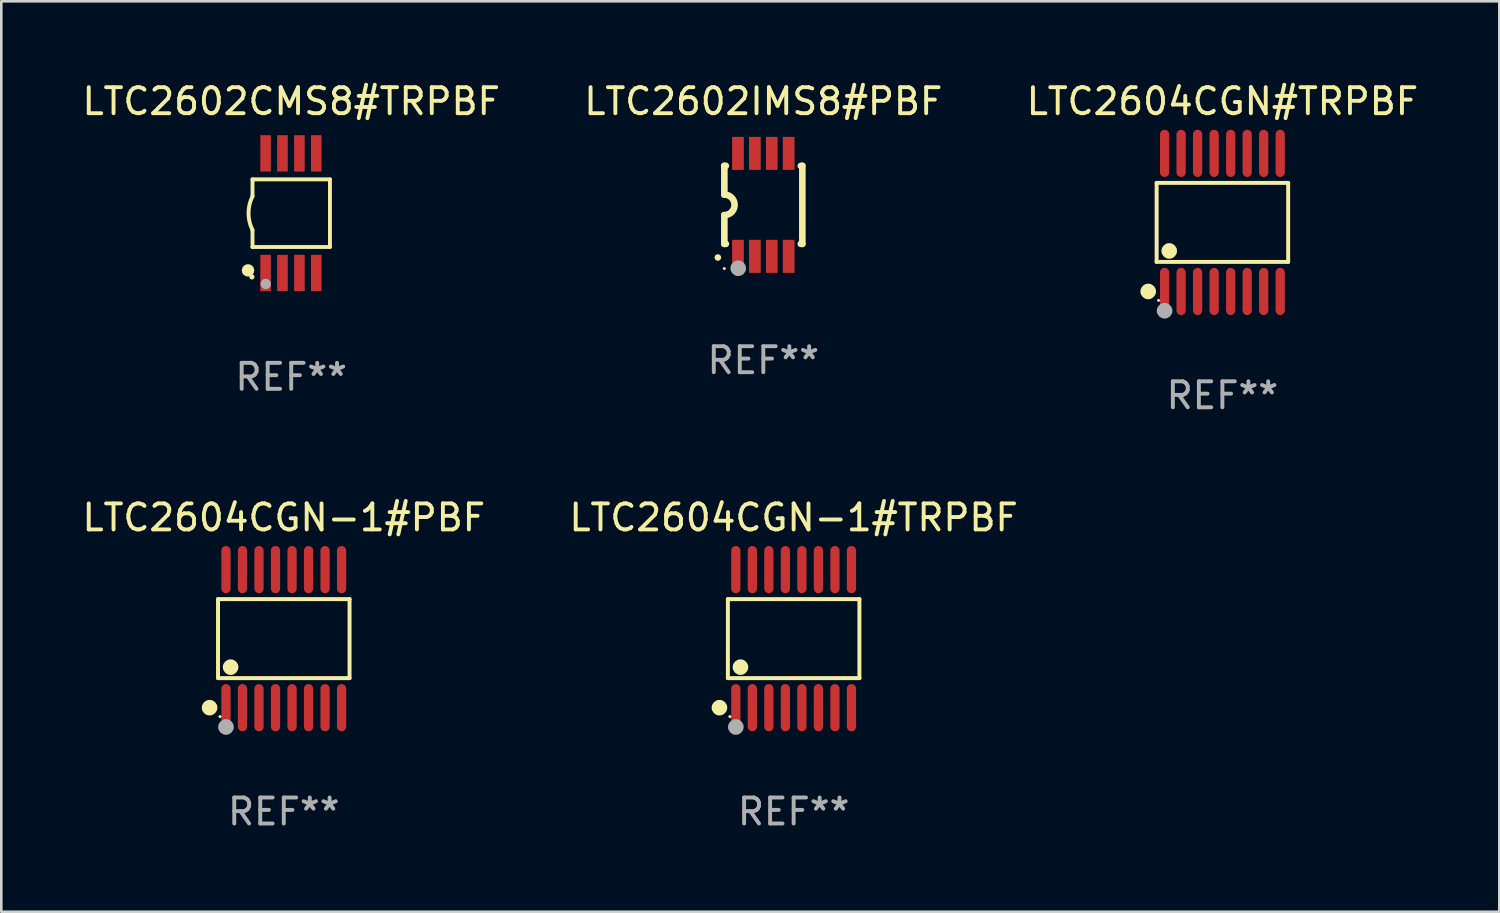
<source format=kicad_pcb>
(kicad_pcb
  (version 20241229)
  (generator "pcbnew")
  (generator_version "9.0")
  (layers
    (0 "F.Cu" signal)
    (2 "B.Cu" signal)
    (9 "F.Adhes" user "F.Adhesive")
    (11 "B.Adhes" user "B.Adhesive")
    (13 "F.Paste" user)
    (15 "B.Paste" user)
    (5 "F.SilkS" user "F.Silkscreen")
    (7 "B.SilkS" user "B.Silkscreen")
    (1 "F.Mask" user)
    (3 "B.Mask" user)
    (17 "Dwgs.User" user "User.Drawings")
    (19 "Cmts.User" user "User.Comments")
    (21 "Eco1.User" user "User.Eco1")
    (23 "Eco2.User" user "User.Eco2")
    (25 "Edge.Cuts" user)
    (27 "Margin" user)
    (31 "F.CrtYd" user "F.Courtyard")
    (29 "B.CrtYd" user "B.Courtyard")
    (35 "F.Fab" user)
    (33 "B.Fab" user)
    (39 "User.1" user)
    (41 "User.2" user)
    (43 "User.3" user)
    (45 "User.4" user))
  (footprint "LTC2604CGN-1#TRPBF"
    (layer "F.Cu")
    (at 27.47 21.509)
    (property "Reference" "LTC2604CGN-1#TRPBF" (at 0 -4.655 0) (layer "F.SilkS") (effects (font (size 1 1) (thickness 0.15))))
    (attr through_hole)
    (fp_line (start -2.529 -1.519) (end 2.529 -1.519) (stroke (width 0.152) (type solid)) (layer "F.SilkS"))
    (fp_line (start -2.529 1.519) (end -2.529 -1.519) (stroke (width 0.152) (type solid)) (layer "F.SilkS"))
    (fp_line (start 2.529 -1.519) (end 2.529 1.519) (stroke (width 0.152) (type solid)) (layer "F.SilkS"))
    (fp_line (start 2.529 1.519) (end -2.529 1.519) (stroke (width 0.152) (type solid)) (layer "F.SilkS"))
    (fp_circle (center -2.853 2.655) (end -2.703 2.655) (stroke (width 0.3) (type solid)) (fill no) (layer "F.SilkS"))
    (fp_circle (center -2.453 2.998) (end -2.423 2.998) (stroke (width 0.06) (type solid)) (fill no) (layer "F.SilkS"))
    (fp_circle (center -2.045 1.097) (end -1.895 1.097) (stroke (width 0.3) (type solid)) (fill no) (layer "F.SilkS"))
    (fp_circle (center -2.223 3.398) (end -2.072 3.398) (stroke (width 0.3) (type solid)) (fill no) (layer "F.Fab"))
    (fp_text user "REF**" (at 0 6.655 0) (layer "F.Fab") (effects (font (size 1 1) (thickness 0.15))))
    (pad "1" smd oval (at -2.223 2.655) (size 0.356 1.815) (layers "F.Cu" "F.Mask" "F.Paste"))
    (pad "2" smd oval (at -1.588 2.655) (size 0.356 1.815) (layers "F.Cu" "F.Mask" "F.Paste"))
    (pad "3" smd oval (at -0.953 2.655) (size 0.356 1.815) (layers "F.Cu" "F.Mask" "F.Paste"))
    (pad "4" smd oval (at -0.318 2.655) (size 0.356 1.815) (layers "F.Cu" "F.Mask" "F.Paste"))
    (pad "5" smd oval (at 0.318 2.655) (size 0.356 1.815) (layers "F.Cu" "F.Mask" "F.Paste"))
    (pad "6" smd oval (at 0.953 2.655) (size 0.356 1.815) (layers "F.Cu" "F.Mask" "F.Paste"))
    (pad "7" smd oval (at 1.588 2.655) (size 0.356 1.815) (layers "F.Cu" "F.Mask" "F.Paste"))
    (pad "8" smd oval (at 2.223 2.655) (size 0.356 1.815) (layers "F.Cu" "F.Mask" "F.Paste"))
    (pad "9" smd oval (at 2.223 -2.655) (size 0.356 1.815) (layers "F.Cu" "F.Mask" "F.Paste"))
    (pad "10" smd oval (at 1.588 -2.655) (size 0.356 1.815) (layers "F.Cu" "F.Mask" "F.Paste"))
    (pad "11" smd oval (at 0.953 -2.655) (size 0.356 1.815) (layers "F.Cu" "F.Mask" "F.Paste"))
    (pad "12" smd oval (at 0.318 -2.655) (size 0.356 1.815) (layers "F.Cu" "F.Mask" "F.Paste"))
    (pad "13" smd oval (at -0.318 -2.655) (size 0.356 1.815) (layers "F.Cu" "F.Mask" "F.Paste"))
    (pad "14" smd oval (at -0.953 -2.655) (size 0.356 1.815) (layers "F.Cu" "F.Mask" "F.Paste"))
    (pad "15" smd oval (at -1.588 -2.655) (size 0.356 1.815) (layers "F.Cu" "F.Mask" "F.Paste"))
    (pad "16" smd oval (at -2.223 -2.655) (size 0.356 1.815) (layers "F.Cu" "F.Mask" "F.Paste")))
  (footprint "LTC2602IMS8#PBF"
    (layer "F.Cu")
    (at 26.304 4.828)
    (property "Reference" "LTC2602IMS8#PBF" (at 0 -3.98 0) (layer "F.SilkS") (effects (font (size 1 1) (thickness 0.15))))
    (attr through_hole)
    (fp_line (start -1.5 -1.5) (end -1.441 -1.5) (stroke (width 0.254) (type solid)) (layer "F.SilkS"))
    (fp_line (start -1.5 1.5) (end -1.441 1.5) (stroke (width 0.254) (type solid)) (layer "F.SilkS"))
    (fp_line (start -1.499 -0.394) (end -1.499 -1.5) (stroke (width 0.254) (type solid)) (layer "F.SilkS"))
    (fp_line (start -1.499 0.394) (end -1.499 1.5) (stroke (width 0.254) (type solid)) (layer "F.SilkS"))
    (fp_line (start 1.441 -1.5) (end 1.5 -1.5) (stroke (width 0.254) (type solid)) (layer "F.SilkS"))
    (fp_line (start 1.441 1.5) (end 1.5 1.5) (stroke (width 0.254) (type solid)) (layer "F.SilkS"))
    (fp_line (start 1.5 -1.5) (end 1.5 1.5) (stroke (width 0.254) (type solid)) (layer "F.SilkS"))
    (fp_arc (start -1.750064 2.024384) (mid -1.748794 2.024378) (end -1.747524 2.024384) (stroke (width 0.24892) (type solid)) (layer "F.SilkS"))
    (fp_arc (start -1.498603 -0.393701) (mid -1.104902 0) (end -1.498603 0.393701) (stroke (width 0.254001) (type solid)) (layer "F.SilkS"))
    (fp_circle (center -1.5 2.45) (end -1.47 2.45) (stroke (width 0.06) (type solid)) (fill no) (layer "F.SilkS"))
    (fp_circle (center -0.965 2.438) (end -0.815 2.438) (stroke (width 0.3) (type solid)) (fill no) (layer "F.Fab"))
    (fp_text user "REF**" (at 0 5.98 0) (layer "F.Fab") (effects (font (size 1 1) (thickness 0.15))))
    (pad "1" smd rect (at -0.975 1.98 180) (size 0.45 1.27) (layers "F.Cu" "F.Mask" "F.Paste"))
    (pad "2" smd rect (at -0.325 1.98 180) (size 0.45 1.27) (layers "F.Cu" "F.Mask" "F.Paste"))
    (pad "3" smd rect (at 0.325 1.98 180) (size 0.45 1.27) (layers "F.Cu" "F.Mask" "F.Paste"))
    (pad "4" smd rect (at 0.975 1.98 180) (size 0.45 1.27) (layers "F.Cu" "F.Mask" "F.Paste"))
    (pad "5" smd rect (at 0.975 -1.98 180) (size 0.45 1.27) (layers "F.Cu" "F.Mask" "F.Paste"))
    (pad "6" smd rect (at 0.325 -1.98 180) (size 0.45 1.27) (layers "F.Cu" "F.Mask" "F.Paste"))
    (pad "7" smd rect (at -0.325 -1.98 180) (size 0.45 1.27) (layers "F.Cu" "F.Mask" "F.Paste"))
    (pad "8" smd rect (at -0.975 -1.98 180) (size 0.45 1.27) (layers "F.Cu" "F.Mask" "F.Paste")))
  (footprint "LTC2602CMS8#TRPBF"
    (layer "F.Cu")
    (at 8.149 5.148)
    (property "Reference" "LTC2602CMS8#TRPBF" (at 0 -4.3 0) (layer "F.SilkS") (effects (font (size 1 1) (thickness 0.15))))
    (attr through_hole)
    (fp_line (start -1.489 -1.3) (end -1.489 -0.648) (stroke (width 0.15) (type solid)) (layer "F.SilkS"))
    (fp_line (start -1.489 0.648) (end -1.489 1.3) (stroke (width 0.15) (type solid)) (layer "F.SilkS"))
    (fp_line (start -1.489 1.3) (end 1.489 1.3) (stroke (width 0.15) (type solid)) (layer "F.SilkS"))
    (fp_line (start 1.489 -1.3) (end -1.489 -1.3) (stroke (width 0.15) (type solid)) (layer "F.SilkS"))
    (fp_line (start 1.489 1.3) (end 1.489 -1.3) (stroke (width 0.15) (type solid)) (layer "F.SilkS"))
    (fp_arc (start -1.489205 0.647702) (mid -1.642107 0) (end -1.489205 -0.647701) (stroke (width 0.150013) (type solid)) (layer "F.SilkS"))
    (fp_circle (center -1.661 2.2) (end -1.541 2.2) (stroke (width 0.24) (type solid)) (fill no) (layer "F.SilkS"))
    (fp_circle (center -1.511 2.45) (end -1.461 2.45) (stroke (width 0.1) (type solid)) (fill no) (layer "F.SilkS"))
    (fp_circle (center -0.981 2.72) (end -0.881 2.72) (stroke (width 0.2) (type solid)) (fill no) (layer "F.Fab"))
    (fp_text user "REF**" (at 0 6.3 0) (layer "F.Fab") (effects (font (size 1 1) (thickness 0.15))))
    (pad "1" smd rect (at -0.986 2.3) (size 0.406 1.397) (layers "F.Cu" "F.Mask" "F.Paste"))
    (pad "2" smd rect (at -0.336 2.3) (size 0.406 1.397) (layers "F.Cu" "F.Mask" "F.Paste"))
    (pad "3" smd rect (at 0.314 2.3) (size 0.406 1.397) (layers "F.Cu" "F.Mask" "F.Paste"))
    (pad "4" smd rect (at 0.964 2.3) (size 0.406 1.397) (layers "F.Cu" "F.Mask" "F.Paste"))
    (pad "5" smd rect (at 0.964 -2.3) (size 0.406 1.397) (layers "F.Cu" "F.Mask" "F.Paste"))
    (pad "6" smd rect (at 0.314 -2.3) (size 0.406 1.397) (layers "F.Cu" "F.Mask" "F.Paste"))
    (pad "7" smd rect (at -0.336 -2.3) (size 0.406 1.397) (layers "F.Cu" "F.Mask" "F.Paste"))
    (pad "8" smd rect (at -0.986 -2.3) (size 0.406 1.397) (layers "F.Cu" "F.Mask" "F.Paste")))
  (footprint "LTC2604CGN-1#PBF"
    (layer "F.Cu")
    (at 7.863 21.509)
    (property "Reference" "LTC2604CGN-1#PBF" (at 0 -4.655 0) (layer "F.SilkS") (effects (font (size 1 1) (thickness 0.15))))
    (attr through_hole)
    (fp_line (start -2.529 -1.519) (end 2.529 -1.519) (stroke (width 0.152) (type solid)) (layer "F.SilkS"))
    (fp_line (start -2.529 1.519) (end -2.529 -1.519) (stroke (width 0.152) (type solid)) (layer "F.SilkS"))
    (fp_line (start 2.529 -1.519) (end 2.529 1.519) (stroke (width 0.152) (type solid)) (layer "F.SilkS"))
    (fp_line (start 2.529 1.519) (end -2.529 1.519) (stroke (width 0.152) (type solid)) (layer "F.SilkS"))
    (fp_circle (center -2.853 2.655) (end -2.703 2.655) (stroke (width 0.3) (type solid)) (fill no) (layer "F.SilkS"))
    (fp_circle (center -2.453 2.998) (end -2.423 2.998) (stroke (width 0.06) (type solid)) (fill no) (layer "F.SilkS"))
    (fp_circle (center -2.045 1.097) (end -1.895 1.097) (stroke (width 0.3) (type solid)) (fill no) (layer "F.SilkS"))
    (fp_circle (center -2.223 3.398) (end -2.072 3.398) (stroke (width 0.3) (type solid)) (fill no) (layer "F.Fab"))
    (fp_text user "REF**" (at 0 6.655 0) (layer "F.Fab") (effects (font (size 1 1) (thickness 0.15))))
    (pad "1" smd oval (at -2.223 2.655) (size 0.356 1.815) (layers "F.Cu" "F.Mask" "F.Paste"))
    (pad "2" smd oval (at -1.588 2.655) (size 0.356 1.815) (layers "F.Cu" "F.Mask" "F.Paste"))
    (pad "3" smd oval (at -0.953 2.655) (size 0.356 1.815) (layers "F.Cu" "F.Mask" "F.Paste"))
    (pad "4" smd oval (at -0.318 2.655) (size 0.356 1.815) (layers "F.Cu" "F.Mask" "F.Paste"))
    (pad "5" smd oval (at 0.318 2.655) (size 0.356 1.815) (layers "F.Cu" "F.Mask" "F.Paste"))
    (pad "6" smd oval (at 0.953 2.655) (size 0.356 1.815) (layers "F.Cu" "F.Mask" "F.Paste"))
    (pad "7" smd oval (at 1.588 2.655) (size 0.356 1.815) (layers "F.Cu" "F.Mask" "F.Paste"))
    (pad "8" smd oval (at 2.223 2.655) (size 0.356 1.815) (layers "F.Cu" "F.Mask" "F.Paste"))
    (pad "9" smd oval (at 2.223 -2.655) (size 0.356 1.815) (layers "F.Cu" "F.Mask" "F.Paste"))
    (pad "10" smd oval (at 1.588 -2.655) (size 0.356 1.815) (layers "F.Cu" "F.Mask" "F.Paste"))
    (pad "11" smd oval (at 0.953 -2.655) (size 0.356 1.815) (layers "F.Cu" "F.Mask" "F.Paste"))
    (pad "12" smd oval (at 0.318 -2.655) (size 0.356 1.815) (layers "F.Cu" "F.Mask" "F.Paste"))
    (pad "13" smd oval (at -0.318 -2.655) (size 0.356 1.815) (layers "F.Cu" "F.Mask" "F.Paste"))
    (pad "14" smd oval (at -0.953 -2.655) (size 0.356 1.815) (layers "F.Cu" "F.Mask" "F.Paste"))
    (pad "15" smd oval (at -1.588 -2.655) (size 0.356 1.815) (layers "F.Cu" "F.Mask" "F.Paste"))
    (pad "16" smd oval (at -2.223 -2.655) (size 0.356 1.815) (layers "F.Cu" "F.Mask" "F.Paste")))
  (footprint "LTC2604CGN#TRPBF"
    (layer "F.Cu")
    (at 43.958 5.503)
    (property "Reference" "LTC2604CGN#TRPBF" (at 0 -4.655 0) (layer "F.SilkS") (effects (font (size 1 1) (thickness 0.15))))
    (attr through_hole)
    (fp_line (start -2.529 -1.519) (end 2.529 -1.519) (stroke (width 0.152) (type solid)) (layer "F.SilkS"))
    (fp_line (start -2.529 1.519) (end -2.529 -1.519) (stroke (width 0.152) (type solid)) (layer "F.SilkS"))
    (fp_line (start 2.529 -1.519) (end 2.529 1.519) (stroke (width 0.152) (type solid)) (layer "F.SilkS"))
    (fp_line (start 2.529 1.519) (end -2.529 1.519) (stroke (width 0.152) (type solid)) (layer "F.SilkS"))
    (fp_circle (center -2.853 2.655) (end -2.703 2.655) (stroke (width 0.3) (type solid)) (fill no) (layer "F.SilkS"))
    (fp_circle (center -2.453 2.998) (end -2.423 2.998) (stroke (width 0.06) (type solid)) (fill no) (layer "F.SilkS"))
    (fp_circle (center -2.045 1.097) (end -1.895 1.097) (stroke (width 0.3) (type solid)) (fill no) (layer "F.SilkS"))
    (fp_circle (center -2.223 3.398) (end -2.072 3.398) (stroke (width 0.3) (type solid)) (fill no) (layer "F.Fab"))
    (fp_text user "REF**" (at 0 6.655 0) (layer "F.Fab") (effects (font (size 1 1) (thickness 0.15))))
    (pad "1" smd oval (at -2.223 2.655) (size 0.356 1.815) (layers "F.Cu" "F.Mask" "F.Paste"))
    (pad "2" smd oval (at -1.588 2.655) (size 0.356 1.815) (layers "F.Cu" "F.Mask" "F.Paste"))
    (pad "3" smd oval (at -0.953 2.655) (size 0.356 1.815) (layers "F.Cu" "F.Mask" "F.Paste"))
    (pad "4" smd oval (at -0.318 2.655) (size 0.356 1.815) (layers "F.Cu" "F.Mask" "F.Paste"))
    (pad "5" smd oval (at 0.318 2.655) (size 0.356 1.815) (layers "F.Cu" "F.Mask" "F.Paste"))
    (pad "6" smd oval (at 0.953 2.655) (size 0.356 1.815) (layers "F.Cu" "F.Mask" "F.Paste"))
    (pad "7" smd oval (at 1.588 2.655) (size 0.356 1.815) (layers "F.Cu" "F.Mask" "F.Paste"))
    (pad "8" smd oval (at 2.223 2.655) (size 0.356 1.815) (layers "F.Cu" "F.Mask" "F.Paste"))
    (pad "9" smd oval (at 2.223 -2.655) (size 0.356 1.815) (layers "F.Cu" "F.Mask" "F.Paste"))
    (pad "10" smd oval (at 1.588 -2.655) (size 0.356 1.815) (layers "F.Cu" "F.Mask" "F.Paste"))
    (pad "11" smd oval (at 0.953 -2.655) (size 0.356 1.815) (layers "F.Cu" "F.Mask" "F.Paste"))
    (pad "12" smd oval (at 0.318 -2.655) (size 0.356 1.815) (layers "F.Cu" "F.Mask" "F.Paste"))
    (pad "13" smd oval (at -0.318 -2.655) (size 0.356 1.815) (layers "F.Cu" "F.Mask" "F.Paste"))
    (pad "14" smd oval (at -0.953 -2.655) (size 0.356 1.815) (layers "F.Cu" "F.Mask" "F.Paste"))
    (pad "15" smd oval (at -1.588 -2.655) (size 0.356 1.815) (layers "F.Cu" "F.Mask" "F.Paste"))
    (pad "16" smd oval (at -2.223 -2.655) (size 0.356 1.815) (layers "F.Cu" "F.Mask" "F.Paste")))
  (gr_rect
    (start -3 -3)
    (end 54.607 32.012)
    (stroke (width 0.1) (type default))
    (fill no)
    (layer "Edge.Cuts")))
</source>
